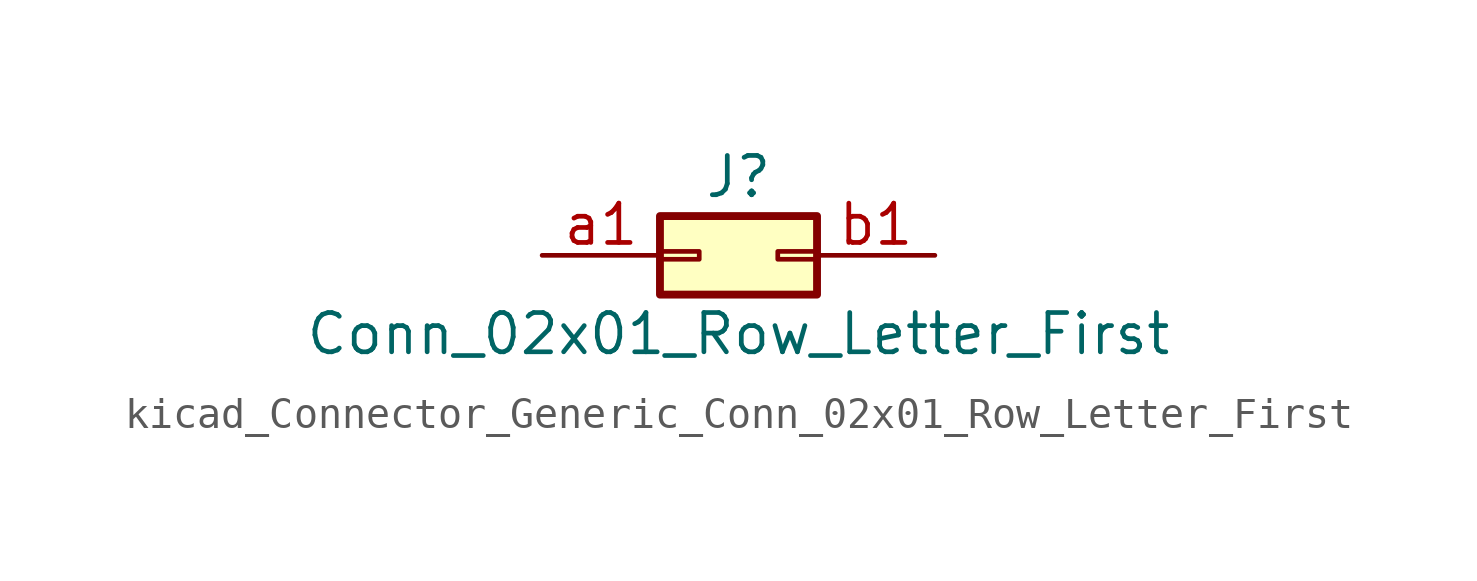
<source format=kicad_sym>
(kicad_symbol_lib
  (version 20220914)
  (generator kicad_symbol_editor)
  (symbol "kicad_Connector_Generic_Conn_02x01_Row_Letter_First"
    (pin_names
      (offset 1.016) hide)
    (property "Reference" "J"
      (at 1.27 2.54 0)
      (effects (font (size 1.27 1.27))))
    (property "Value" "Conn_02x01_Row_Letter_First"
      (at 1.27 -2.54 0)
      (effects (font (size 1.27 1.27))))
    (symbol "kicad_Connector_Generic_Conn_02x01_Row_Letter_First_1_1"
      (rectangle (start -1.27 0.127) (end 0 -0.127) (stroke (width 0.152) (type default)) (fill (type none)))
      (rectangle (start -1.27 1.27) (end 3.81 -1.27) (stroke (width 0.254) (type default)) (fill (type background)))
      (rectangle (start 3.81 0.127) (end 2.54 -0.127) (stroke (width 0.152) (type default)) (fill (type none)))
      (pin passive line (at -5.08 0 0) (length 3.81) (name "Pin_a1" (effects (font (size 1.27 1.27)))) (number "a1" (effects (font (size 1.27 1.27)))))
      (pin passive line (at 7.62 0 180) (length 3.81) (name "Pin_b1" (effects (font (size 1.27 1.27)))) (number "b1" (effects (font (size 1.27 1.27))))))))
</source>
